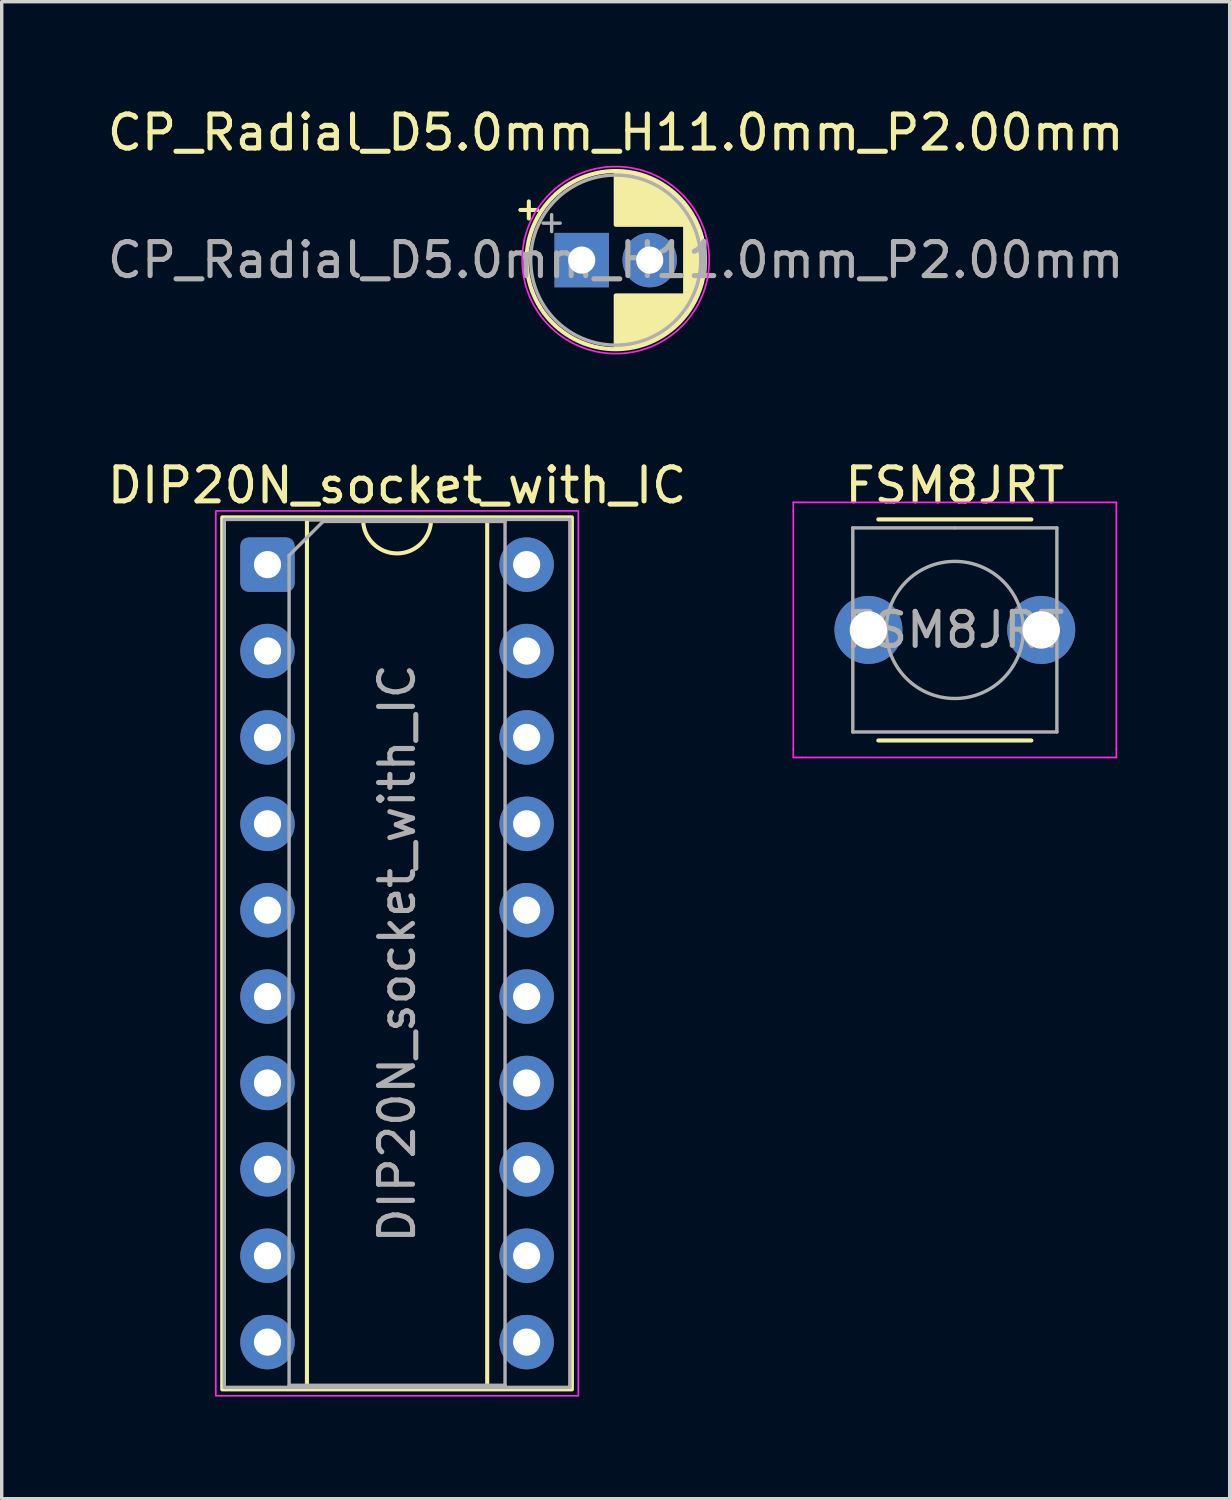
<source format=kicad_pcb>
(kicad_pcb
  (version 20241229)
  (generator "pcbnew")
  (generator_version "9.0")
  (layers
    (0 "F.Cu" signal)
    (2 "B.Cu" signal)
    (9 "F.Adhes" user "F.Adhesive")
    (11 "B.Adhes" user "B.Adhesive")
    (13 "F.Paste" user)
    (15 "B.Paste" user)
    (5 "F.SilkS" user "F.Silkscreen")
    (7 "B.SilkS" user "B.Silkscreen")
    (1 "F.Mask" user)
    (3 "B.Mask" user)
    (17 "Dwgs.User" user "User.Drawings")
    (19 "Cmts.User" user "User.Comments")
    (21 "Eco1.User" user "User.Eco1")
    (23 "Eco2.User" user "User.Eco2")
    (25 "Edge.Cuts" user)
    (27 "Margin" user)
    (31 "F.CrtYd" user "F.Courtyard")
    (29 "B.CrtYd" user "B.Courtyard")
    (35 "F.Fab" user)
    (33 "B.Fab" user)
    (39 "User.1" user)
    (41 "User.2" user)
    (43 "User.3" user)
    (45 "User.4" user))
  (footprint "FSM8JRT"
    (layer "F.Cu")
    (at 25.025 15.472)
    (property "Reference" "FSM8JRT" (at 0 -4.25 0) (layer "F.SilkS") (effects (font (size 1 1) (thickness 0.15))))
    (attr through_hole)
    (fp_line (start -2.25 3.25) (end 2.25 3.25) (stroke (width 0.12) (type solid)) (layer "F.SilkS"))
    (fp_line (start 2.25 -3.25) (end -2.25 -3.25) (stroke (width 0.12) (type solid)) (layer "F.SilkS"))
    (fp_line (start -4.75 -3.75) (end -4.5 -3.75) (stroke (width 0.05) (type solid)) (layer "F.CrtYd"))
    (fp_line (start -4.75 -3.5) (end -4.75 -3.75) (stroke (width 0.05) (type solid)) (layer "F.CrtYd"))
    (fp_line (start -4.75 3.5) (end -4.75 -3.5) (stroke (width 0.05) (type solid)) (layer "F.CrtYd"))
    (fp_line (start -4.75 3.5) (end -4.75 3.75) (stroke (width 0.05) (type solid)) (layer "F.CrtYd"))
    (fp_line (start -4.75 3.75) (end -4.5 3.75) (stroke (width 0.05) (type solid)) (layer "F.CrtYd"))
    (fp_line (start -4.5 -3.75) (end 4.5 -3.75) (stroke (width 0.05) (type solid)) (layer "F.CrtYd"))
    (fp_line (start 4.5 -3.75) (end 4.75 -3.75) (stroke (width 0.05) (type solid)) (layer "F.CrtYd"))
    (fp_line (start 4.5 3.75) (end -4.5 3.75) (stroke (width 0.05) (type solid)) (layer "F.CrtYd"))
    (fp_line (start 4.5 3.75) (end 4.75 3.75) (stroke (width 0.05) (type solid)) (layer "F.CrtYd"))
    (fp_line (start 4.75 -3.75) (end 4.75 -3.5) (stroke (width 0.05) (type solid)) (layer "F.CrtYd"))
    (fp_line (start 4.75 -3.5) (end 4.75 3.5) (stroke (width 0.05) (type solid)) (layer "F.CrtYd"))
    (fp_line (start 4.75 3.75) (end 4.75 3.5) (stroke (width 0.05) (type solid)) (layer "F.CrtYd"))
    (fp_line (start -3 -3) (end 0 -3) (stroke (width 0.1) (type solid)) (layer "F.Fab"))
    (fp_line (start -3 3) (end -3 -3) (stroke (width 0.1) (type solid)) (layer "F.Fab"))
    (fp_line (start 0 -3) (end 3 -3) (stroke (width 0.1) (type solid)) (layer "F.Fab"))
    (fp_line (start 3 -3) (end 3 3) (stroke (width 0.1) (type solid)) (layer "F.Fab"))
    (fp_line (start 3 3) (end -3 3) (stroke (width 0.1) (type solid)) (layer "F.Fab"))
    (fp_circle (center 0 0) (end -2 0.25) (stroke (width 0.1) (type solid)) (fill no) (layer "F.Fab"))
    (fp_text user "${REFERENCE}" (at 0 0 0) (layer "F.Fab") (effects (font (size 1 1) (thickness 0.15))))
    (pad "1" thru_hole circle (at -2.54 0 90) (size 2 2) (drill 1.1) (layers "*.Cu" "*.Mask"))
    (pad "2" thru_hole circle (at 2.54 0 90) (size 2 2) (drill 1.1) (layers "*.Cu" "*.Mask")))
  (footprint "CP_Radial_D5.0mm_H11.0mm_P2.00mm"
    (layer "F.Cu")
    (at 14.054 4.598)
    (property "Reference" "CP_Radial_D5.0mm_H11.0mm_P2.00mm" (at 1 -3.75 0) (layer "F.SilkS") (effects (font (size 1 1) (thickness 0.15))))
    (attr through_hole)
    (fp_line (start -1.805 -1.475) (end -1.305 -1.475) (stroke (width 0.12) (type solid)) (layer "F.SilkS"))
    (fp_line (start -1.555 -1.725) (end -1.555 -1.225) (stroke (width 0.12) (type solid)) (layer "F.SilkS"))
    (fp_line (start 1 -2.58) (end 1 -1.04) (stroke (width 0.12) (type solid)) (layer "F.SilkS"))
    (fp_line (start 1 1.04) (end 1 2.58) (stroke (width 0.12) (type solid)) (layer "F.SilkS"))
    (fp_line (start 1.04 -2.58) (end 1.04 -1.04) (stroke (width 0.12) (type solid)) (layer "F.SilkS"))
    (fp_line (start 1.04 1.04) (end 1.04 2.58) (stroke (width 0.12) (type solid)) (layer "F.SilkS"))
    (fp_line (start 1.08 -2.579) (end 1.08 -1.04) (stroke (width 0.12) (type solid)) (layer "F.SilkS"))
    (fp_line (start 1.08 1.04) (end 1.08 2.579) (stroke (width 0.12) (type solid)) (layer "F.SilkS"))
    (fp_line (start 1.12 -2.578) (end 1.12 -1.04) (stroke (width 0.12) (type solid)) (layer "F.SilkS"))
    (fp_line (start 1.12 1.04) (end 1.12 2.578) (stroke (width 0.12) (type solid)) (layer "F.SilkS"))
    (fp_line (start 1.16 -2.576) (end 1.16 -1.04) (stroke (width 0.12) (type solid)) (layer "F.SilkS"))
    (fp_line (start 1.16 1.04) (end 1.16 2.576) (stroke (width 0.12) (type solid)) (layer "F.SilkS"))
    (fp_line (start 1.2 -2.573) (end 1.2 -1.04) (stroke (width 0.12) (type solid)) (layer "F.SilkS"))
    (fp_line (start 1.2 1.04) (end 1.2 2.573) (stroke (width 0.12) (type solid)) (layer "F.SilkS"))
    (fp_line (start 1.24 -2.569) (end 1.24 -1.04) (stroke (width 0.12) (type solid)) (layer "F.SilkS"))
    (fp_line (start 1.24 1.04) (end 1.24 2.569) (stroke (width 0.12) (type solid)) (layer "F.SilkS"))
    (fp_line (start 1.28 -2.565) (end 1.28 -1.04) (stroke (width 0.12) (type solid)) (layer "F.SilkS"))
    (fp_line (start 1.28 1.04) (end 1.28 2.565) (stroke (width 0.12) (type solid)) (layer "F.SilkS"))
    (fp_line (start 1.32 -2.561) (end 1.32 -1.04) (stroke (width 0.12) (type solid)) (layer "F.SilkS"))
    (fp_line (start 1.32 1.04) (end 1.32 2.561) (stroke (width 0.12) (type solid)) (layer "F.SilkS"))
    (fp_line (start 1.36 -2.556) (end 1.36 -1.04) (stroke (width 0.12) (type solid)) (layer "F.SilkS"))
    (fp_line (start 1.36 1.04) (end 1.36 2.556) (stroke (width 0.12) (type solid)) (layer "F.SilkS"))
    (fp_line (start 1.4 -2.55) (end 1.4 -1.04) (stroke (width 0.12) (type solid)) (layer "F.SilkS"))
    (fp_line (start 1.4 1.04) (end 1.4 2.55) (stroke (width 0.12) (type solid)) (layer "F.SilkS"))
    (fp_line (start 1.44 -2.543) (end 1.44 -1.04) (stroke (width 0.12) (type solid)) (layer "F.SilkS"))
    (fp_line (start 1.44 1.04) (end 1.44 2.543) (stroke (width 0.12) (type solid)) (layer "F.SilkS"))
    (fp_line (start 1.48 -2.536) (end 1.48 -1.04) (stroke (width 0.12) (type solid)) (layer "F.SilkS"))
    (fp_line (start 1.48 1.04) (end 1.48 2.536) (stroke (width 0.12) (type solid)) (layer "F.SilkS"))
    (fp_line (start 1.52 -2.528) (end 1.52 -1.04) (stroke (width 0.12) (type solid)) (layer "F.SilkS"))
    (fp_line (start 1.52 1.04) (end 1.52 2.528) (stroke (width 0.12) (type solid)) (layer "F.SilkS"))
    (fp_line (start 1.56 -2.52) (end 1.56 -1.04) (stroke (width 0.12) (type solid)) (layer "F.SilkS"))
    (fp_line (start 1.56 1.04) (end 1.56 2.52) (stroke (width 0.12) (type solid)) (layer "F.SilkS"))
    (fp_line (start 1.6 -2.511) (end 1.6 -1.04) (stroke (width 0.12) (type solid)) (layer "F.SilkS"))
    (fp_line (start 1.6 1.04) (end 1.6 2.511) (stroke (width 0.12) (type solid)) (layer "F.SilkS"))
    (fp_line (start 1.64 -2.501) (end 1.64 -1.04) (stroke (width 0.12) (type solid)) (layer "F.SilkS"))
    (fp_line (start 1.64 1.04) (end 1.64 2.501) (stroke (width 0.12) (type solid)) (layer "F.SilkS"))
    (fp_line (start 1.68 -2.491) (end 1.68 -1.04) (stroke (width 0.12) (type solid)) (layer "F.SilkS"))
    (fp_line (start 1.68 1.04) (end 1.68 2.491) (stroke (width 0.12) (type solid)) (layer "F.SilkS"))
    (fp_line (start 1.721 -2.48) (end 1.721 -1.04) (stroke (width 0.12) (type solid)) (layer "F.SilkS"))
    (fp_line (start 1.721 1.04) (end 1.721 2.48) (stroke (width 0.12) (type solid)) (layer "F.SilkS"))
    (fp_line (start 1.761 -2.468) (end 1.761 -1.04) (stroke (width 0.12) (type solid)) (layer "F.SilkS"))
    (fp_line (start 1.761 1.04) (end 1.761 2.468) (stroke (width 0.12) (type solid)) (layer "F.SilkS"))
    (fp_line (start 1.801 -2.455) (end 1.801 -1.04) (stroke (width 0.12) (type solid)) (layer "F.SilkS"))
    (fp_line (start 1.801 1.04) (end 1.801 2.455) (stroke (width 0.12) (type solid)) (layer "F.SilkS"))
    (fp_line (start 1.841 -2.442) (end 1.841 -1.04) (stroke (width 0.12) (type solid)) (layer "F.SilkS"))
    (fp_line (start 1.841 1.04) (end 1.841 2.442) (stroke (width 0.12) (type solid)) (layer "F.SilkS"))
    (fp_line (start 1.881 -2.428) (end 1.881 -1.04) (stroke (width 0.12) (type solid)) (layer "F.SilkS"))
    (fp_line (start 1.881 1.04) (end 1.881 2.428) (stroke (width 0.12) (type solid)) (layer "F.SilkS"))
    (fp_line (start 1.921 -2.414) (end 1.921 -1.04) (stroke (width 0.12) (type solid)) (layer "F.SilkS"))
    (fp_line (start 1.921 1.04) (end 1.921 2.414) (stroke (width 0.12) (type solid)) (layer "F.SilkS"))
    (fp_line (start 1.961 -2.398) (end 1.961 -1.04) (stroke (width 0.12) (type solid)) (layer "F.SilkS"))
    (fp_line (start 1.961 1.04) (end 1.961 2.398) (stroke (width 0.12) (type solid)) (layer "F.SilkS"))
    (fp_line (start 2.001 -2.382) (end 2.001 -1.04) (stroke (width 0.12) (type solid)) (layer "F.SilkS"))
    (fp_line (start 2.001 1.04) (end 2.001 2.382) (stroke (width 0.12) (type solid)) (layer "F.SilkS"))
    (fp_line (start 2.041 -2.365) (end 2.041 -1.04) (stroke (width 0.12) (type solid)) (layer "F.SilkS"))
    (fp_line (start 2.041 1.04) (end 2.041 2.365) (stroke (width 0.12) (type solid)) (layer "F.SilkS"))
    (fp_line (start 2.081 -2.348) (end 2.081 -1.04) (stroke (width 0.12) (type solid)) (layer "F.SilkS"))
    (fp_line (start 2.081 1.04) (end 2.081 2.348) (stroke (width 0.12) (type solid)) (layer "F.SilkS"))
    (fp_line (start 2.121 -2.329) (end 2.121 -1.04) (stroke (width 0.12) (type solid)) (layer "F.SilkS"))
    (fp_line (start 2.121 1.04) (end 2.121 2.329) (stroke (width 0.12) (type solid)) (layer "F.SilkS"))
    (fp_line (start 2.161 -2.31) (end 2.161 -1.04) (stroke (width 0.12) (type solid)) (layer "F.SilkS"))
    (fp_line (start 2.161 1.04) (end 2.161 2.31) (stroke (width 0.12) (type solid)) (layer "F.SilkS"))
    (fp_line (start 2.201 -2.29) (end 2.201 -1.04) (stroke (width 0.12) (type solid)) (layer "F.SilkS"))
    (fp_line (start 2.201 1.04) (end 2.201 2.29) (stroke (width 0.12) (type solid)) (layer "F.SilkS"))
    (fp_line (start 2.241 -2.268) (end 2.241 -1.04) (stroke (width 0.12) (type solid)) (layer "F.SilkS"))
    (fp_line (start 2.241 1.04) (end 2.241 2.268) (stroke (width 0.12) (type solid)) (layer "F.SilkS"))
    (fp_line (start 2.281 -2.247) (end 2.281 -1.04) (stroke (width 0.12) (type solid)) (layer "F.SilkS"))
    (fp_line (start 2.281 1.04) (end 2.281 2.247) (stroke (width 0.12) (type solid)) (layer "F.SilkS"))
    (fp_line (start 2.321 -2.224) (end 2.321 -1.04) (stroke (width 0.12) (type solid)) (layer "F.SilkS"))
    (fp_line (start 2.321 1.04) (end 2.321 2.224) (stroke (width 0.12) (type solid)) (layer "F.SilkS"))
    (fp_line (start 2.361 -2.2) (end 2.361 -1.04) (stroke (width 0.12) (type solid)) (layer "F.SilkS"))
    (fp_line (start 2.361 1.04) (end 2.361 2.2) (stroke (width 0.12) (type solid)) (layer "F.SilkS"))
    (fp_line (start 2.401 -2.175) (end 2.401 -1.04) (stroke (width 0.12) (type solid)) (layer "F.SilkS"))
    (fp_line (start 2.401 1.04) (end 2.401 2.175) (stroke (width 0.12) (type solid)) (layer "F.SilkS"))
    (fp_line (start 2.441 -2.149) (end 2.441 -1.04) (stroke (width 0.12) (type solid)) (layer "F.SilkS"))
    (fp_line (start 2.441 1.04) (end 2.441 2.149) (stroke (width 0.12) (type solid)) (layer "F.SilkS"))
    (fp_line (start 2.481 -2.122) (end 2.481 -1.04) (stroke (width 0.12) (type solid)) (layer "F.SilkS"))
    (fp_line (start 2.481 1.04) (end 2.481 2.122) (stroke (width 0.12) (type solid)) (layer "F.SilkS"))
    (fp_line (start 2.521 -2.095) (end 2.521 -1.04) (stroke (width 0.12) (type solid)) (layer "F.SilkS"))
    (fp_line (start 2.521 1.04) (end 2.521 2.095) (stroke (width 0.12) (type solid)) (layer "F.SilkS"))
    (fp_line (start 2.561 -2.065) (end 2.561 -1.04) (stroke (width 0.12) (type solid)) (layer "F.SilkS"))
    (fp_line (start 2.561 1.04) (end 2.561 2.065) (stroke (width 0.12) (type solid)) (layer "F.SilkS"))
    (fp_line (start 2.601 -2.035) (end 2.601 -1.04) (stroke (width 0.12) (type solid)) (layer "F.SilkS"))
    (fp_line (start 2.601 1.04) (end 2.601 2.035) (stroke (width 0.12) (type solid)) (layer "F.SilkS"))
    (fp_line (start 2.641 -2.004) (end 2.641 -1.04) (stroke (width 0.12) (type solid)) (layer "F.SilkS"))
    (fp_line (start 2.641 1.04) (end 2.641 2.004) (stroke (width 0.12) (type solid)) (layer "F.SilkS"))
    (fp_line (start 2.681 -1.971) (end 2.681 -1.04) (stroke (width 0.12) (type solid)) (layer "F.SilkS"))
    (fp_line (start 2.681 1.04) (end 2.681 1.971) (stroke (width 0.12) (type solid)) (layer "F.SilkS"))
    (fp_line (start 2.721 -1.937) (end 2.721 -1.04) (stroke (width 0.12) (type solid)) (layer "F.SilkS"))
    (fp_line (start 2.721 1.04) (end 2.721 1.937) (stroke (width 0.12) (type solid)) (layer "F.SilkS"))
    (fp_line (start 2.761 -1.901) (end 2.761 -1.04) (stroke (width 0.12) (type solid)) (layer "F.SilkS"))
    (fp_line (start 2.761 1.04) (end 2.761 1.901) (stroke (width 0.12) (type solid)) (layer "F.SilkS"))
    (fp_line (start 2.801 -1.864) (end 2.801 -1.04) (stroke (width 0.12) (type solid)) (layer "F.SilkS"))
    (fp_line (start 2.801 1.04) (end 2.801 1.864) (stroke (width 0.12) (type solid)) (layer "F.SilkS"))
    (fp_line (start 2.841 -1.826) (end 2.841 -1.04) (stroke (width 0.12) (type solid)) (layer "F.SilkS"))
    (fp_line (start 2.841 1.04) (end 2.841 1.826) (stroke (width 0.12) (type solid)) (layer "F.SilkS"))
    (fp_line (start 2.881 -1.785) (end 2.881 -1.04) (stroke (width 0.12) (type solid)) (layer "F.SilkS"))
    (fp_line (start 2.881 1.04) (end 2.881 1.785) (stroke (width 0.12) (type solid)) (layer "F.SilkS"))
    (fp_line (start 2.921 -1.743) (end 2.921 -1.04) (stroke (width 0.12) (type solid)) (layer "F.SilkS"))
    (fp_line (start 2.921 1.04) (end 2.921 1.743) (stroke (width 0.12) (type solid)) (layer "F.SilkS"))
    (fp_line (start 2.961 -1.699) (end 2.961 -1.04) (stroke (width 0.12) (type solid)) (layer "F.SilkS"))
    (fp_line (start 2.961 1.04) (end 2.961 1.699) (stroke (width 0.12) (type solid)) (layer "F.SilkS"))
    (fp_line (start 3.001 -1.653) (end 3.001 -1.04) (stroke (width 0.12) (type solid)) (layer "F.SilkS"))
    (fp_line (start 3.001 1.04) (end 3.001 1.653) (stroke (width 0.12) (type solid)) (layer "F.SilkS"))
    (fp_line (start 3.041 -1.605) (end 3.041 1.605) (stroke (width 0.12) (type solid)) (layer "F.SilkS"))
    (fp_line (start 3.081 -1.554) (end 3.081 1.554) (stroke (width 0.12) (type solid)) (layer "F.SilkS"))
    (fp_line (start 3.121 -1.5) (end 3.121 1.5) (stroke (width 0.12) (type solid)) (layer "F.SilkS"))
    (fp_line (start 3.161 -1.443) (end 3.161 1.443) (stroke (width 0.12) (type solid)) (layer "F.SilkS"))
    (fp_line (start 3.201 -1.383) (end 3.201 1.383) (stroke (width 0.12) (type solid)) (layer "F.SilkS"))
    (fp_line (start 3.241 -1.319) (end 3.241 1.319) (stroke (width 0.12) (type solid)) (layer "F.SilkS"))
    (fp_line (start 3.281 -1.251) (end 3.281 1.251) (stroke (width 0.12) (type solid)) (layer "F.SilkS"))
    (fp_line (start 3.321 -1.178) (end 3.321 1.178) (stroke (width 0.12) (type solid)) (layer "F.SilkS"))
    (fp_line (start 3.361 -1.098) (end 3.361 1.098) (stroke (width 0.12) (type solid)) (layer "F.SilkS"))
    (fp_line (start 3.401 -1.011) (end 3.401 1.011) (stroke (width 0.12) (type solid)) (layer "F.SilkS"))
    (fp_line (start 3.441 -0.915) (end 3.441 0.915) (stroke (width 0.12) (type solid)) (layer "F.SilkS"))
    (fp_line (start 3.481 -0.805) (end 3.481 0.805) (stroke (width 0.12) (type solid)) (layer "F.SilkS"))
    (fp_line (start 3.521 -0.677) (end 3.521 0.677) (stroke (width 0.12) (type solid)) (layer "F.SilkS"))
    (fp_line (start 3.561 -0.518) (end 3.561 0.518) (stroke (width 0.12) (type solid)) (layer "F.SilkS"))
    (fp_line (start 3.601 -0.284) (end 3.601 0.284) (stroke (width 0.12) (type solid)) (layer "F.SilkS"))
    (fp_circle (center 1 0) (end 3.62 0) (stroke (width 0.12) (type solid)) (fill no) (layer "F.SilkS"))
    (fp_circle (center 1 0) (end 3.75 0) (stroke (width 0.05) (type solid)) (fill no) (layer "F.CrtYd"))
    (fp_line (start -1.134 -1.087) (end -0.634 -1.087) (stroke (width 0.1) (type solid)) (layer "F.Fab"))
    (fp_line (start -0.884 -1.337) (end -0.884 -0.838) (stroke (width 0.1) (type solid)) (layer "F.Fab"))
    (fp_circle (center 1 0) (end 3.5 0) (stroke (width 0.1) (type solid)) (fill no) (layer "F.Fab"))
    (fp_text user "${REFERENCE}" (at 1 0 0) (layer "F.Fab") (effects (font (size 1 1) (thickness 0.15))))
    (pad "1" thru_hole rect (at 0 0) (size 1.6 1.6) (drill 0.8) (layers "*.Cu" "*.Mask"))
    (pad "2" thru_hole circle (at 2 0) (size 1.6 1.6) (drill 0.8) (layers "*.Cu" "*.Mask")))
  (footprint "DIP20N_socket_with_IC"
    (layer "F.Cu")
    (at 4.815 13.552)
    (property "Reference" "DIP20N_socket_with_IC" (at 3.81 -2.33 0) (layer "F.SilkS") (effects (font (size 1 1) (thickness 0.15))))
    (attr through_hole)
    (fp_line (start 1.16 -1.33) (end 1.16 24.19) (stroke (width 0.12) (type solid)) (layer "F.SilkS"))
    (fp_line (start 1.16 24.19) (end 6.46 24.19) (stroke (width 0.12) (type solid)) (layer "F.SilkS"))
    (fp_line (start 2.81 -1.33) (end 1.16 -1.33) (stroke (width 0.12) (type solid)) (layer "F.SilkS"))
    (fp_line (start 6.46 -1.33) (end 4.81 -1.33) (stroke (width 0.12) (type solid)) (layer "F.SilkS"))
    (fp_line (start 6.46 24.19) (end 6.46 -1.33) (stroke (width 0.12) (type solid)) (layer "F.SilkS"))
    (fp_rect (start -1.33 -1.39) (end 8.95 24.25) (stroke (width 0.12) (type solid)) (fill no) (layer "F.SilkS"))
    (fp_arc (start 4.81 -1.33) (mid 3.81 -0.33) (end 2.81 -1.33) (stroke (width 0.12) (type solid)) (layer "F.SilkS"))
    (fp_rect (start -1.52 -1.58) (end 9.14 24.44) (stroke (width 0.05) (type solid)) (fill no) (layer "F.CrtYd"))
    (fp_line (start 0.635 -0.27) (end 1.635 -1.27) (stroke (width 0.1) (type solid)) (layer "F.Fab"))
    (fp_line (start 0.635 24.13) (end 0.635 -0.27) (stroke (width 0.1) (type solid)) (layer "F.Fab"))
    (fp_line (start 1.635 -1.27) (end 6.985 -1.27) (stroke (width 0.1) (type solid)) (layer "F.Fab"))
    (fp_line (start 6.985 -1.27) (end 6.985 24.13) (stroke (width 0.1) (type solid)) (layer "F.Fab"))
    (fp_line (start 6.985 24.13) (end 0.635 24.13) (stroke (width 0.1) (type solid)) (layer "F.Fab"))
    (fp_rect (start -1.27 -1.33) (end 8.89 24.19) (stroke (width 0.1) (type solid)) (fill no) (layer "F.Fab"))
    (fp_text user "${REFERENCE}" (at 3.81 11.43 90) (layer "F.Fab") (effects (font (size 1 1) (thickness 0.15))))
    (pad "1" thru_hole roundrect (at 0 0) (size 1.6 1.6) (drill 0.8) (layers "*.Cu" "*.Mask") (roundrect_rratio 0.156))
    (pad "2" thru_hole circle (at 0 2.54) (size 1.6 1.6) (drill 0.8) (layers "*.Cu" "*.Mask"))
    (pad "3" thru_hole circle (at 0 5.08) (size 1.6 1.6) (drill 0.8) (layers "*.Cu" "*.Mask"))
    (pad "4" thru_hole circle (at 0 7.62) (size 1.6 1.6) (drill 0.8) (layers "*.Cu" "*.Mask"))
    (pad "5" thru_hole circle (at 0 10.16) (size 1.6 1.6) (drill 0.8) (layers "*.Cu" "*.Mask"))
    (pad "6" thru_hole circle (at 0 12.7) (size 1.6 1.6) (drill 0.8) (layers "*.Cu" "*.Mask"))
    (pad "7" thru_hole circle (at 0 15.24) (size 1.6 1.6) (drill 0.8) (layers "*.Cu" "*.Mask"))
    (pad "8" thru_hole circle (at 0 17.78) (size 1.6 1.6) (drill 0.8) (layers "*.Cu" "*.Mask"))
    (pad "9" thru_hole circle (at 0 20.32) (size 1.6 1.6) (drill 0.8) (layers "*.Cu" "*.Mask"))
    (pad "10" thru_hole circle (at 0 22.86) (size 1.6 1.6) (drill 0.8) (layers "*.Cu" "*.Mask"))
    (pad "11" thru_hole circle (at 7.62 22.86) (size 1.6 1.6) (drill 0.8) (layers "*.Cu" "*.Mask"))
    (pad "12" thru_hole circle (at 7.62 20.32) (size 1.6 1.6) (drill 0.8) (layers "*.Cu" "*.Mask"))
    (pad "13" thru_hole circle (at 7.62 17.78) (size 1.6 1.6) (drill 0.8) (layers "*.Cu" "*.Mask"))
    (pad "14" thru_hole circle (at 7.62 15.24) (size 1.6 1.6) (drill 0.8) (layers "*.Cu" "*.Mask"))
    (pad "15" thru_hole circle (at 7.62 12.7) (size 1.6 1.6) (drill 0.8) (layers "*.Cu" "*.Mask"))
    (pad "16" thru_hole circle (at 7.62 10.16) (size 1.6 1.6) (drill 0.8) (layers "*.Cu" "*.Mask"))
    (pad "17" thru_hole circle (at 7.62 7.62) (size 1.6 1.6) (drill 0.8) (layers "*.Cu" "*.Mask"))
    (pad "18" thru_hole circle (at 7.62 5.08) (size 1.6 1.6) (drill 0.8) (layers "*.Cu" "*.Mask"))
    (pad "19" thru_hole circle (at 7.62 2.54) (size 1.6 1.6) (drill 0.8) (layers "*.Cu" "*.Mask"))
    (pad "20" thru_hole circle (at 7.62 0) (size 1.6 1.6) (drill 0.8) (layers "*.Cu" "*.Mask")))
  (gr_rect
    (start -3 -3)
    (end 33.107 41.017)
    (stroke (width 0.1) (type default))
    (fill no)
    (layer "Edge.Cuts")))
</source>
